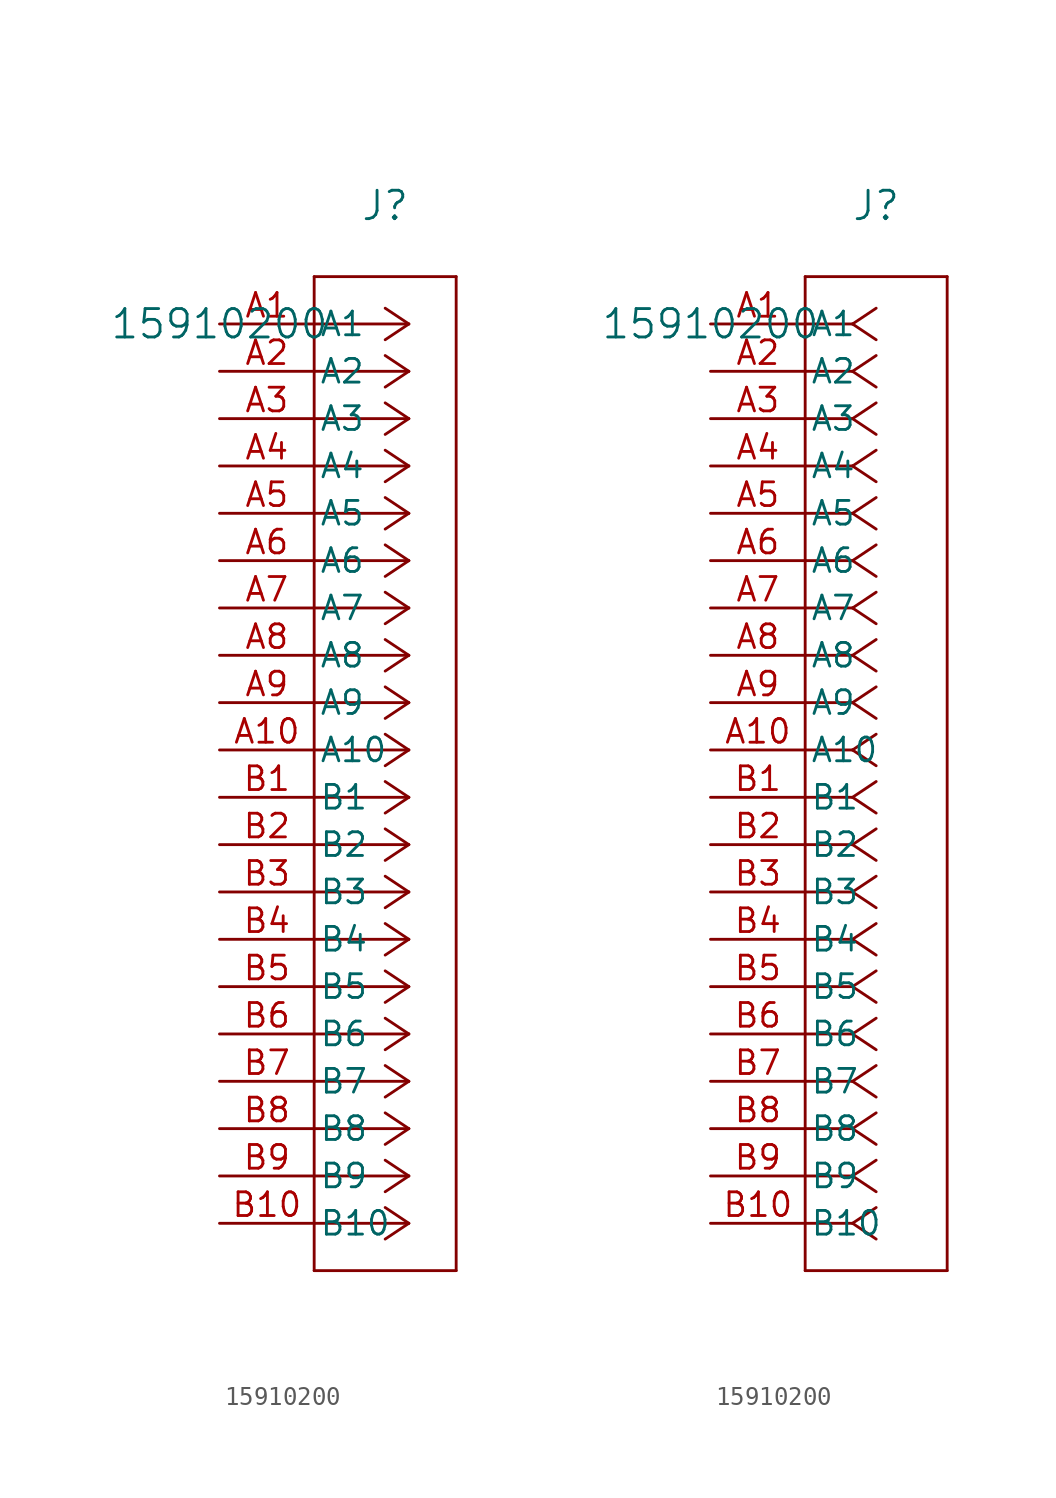
<source format=kicad_sym>
(kicad_symbol_lib
  (version 20211014)
  (generator kicad_symbol_editor)
  (symbol "15910200"
    (pin_names
      (offset 0.254))
    (property "Reference" "J"
      (at 8.89 6.35 0)
      (effects (font (size 1.524 1.524))))
    (property "Value" "15910200"
      (at 0 0 0)
      (effects (font (size 1.524 1.524))))
    (symbol "15910200_1_1"
      (polyline (pts (xy 10.16 0) (xy 5.08 0)) (stroke (width 0) (type default) (color 0 0 0 0)) (fill (type none)))
      (polyline (pts (xy 10.16 -2.54) (xy 5.08 -2.54)) (stroke (width 0) (type default) (color 0 0 0 0)) (fill (type none)))
      (polyline (pts (xy 10.16 -5.08) (xy 5.08 -5.08)) (stroke (width 0) (type default) (color 0 0 0 0)) (fill (type none)))
      (polyline (pts (xy 10.16 -7.62) (xy 5.08 -7.62)) (stroke (width 0) (type default) (color 0 0 0 0)) (fill (type none)))
      (polyline (pts (xy 10.16 -10.16) (xy 5.08 -10.16)) (stroke (width 0) (type default) (color 0 0 0 0)) (fill (type none)))
      (polyline (pts (xy 10.16 -12.7) (xy 5.08 -12.7)) (stroke (width 0) (type default) (color 0 0 0 0)) (fill (type none)))
      (polyline (pts (xy 10.16 -15.24) (xy 5.08 -15.24)) (stroke (width 0) (type default) (color 0 0 0 0)) (fill (type none)))
      (polyline (pts (xy 10.16 -17.78) (xy 5.08 -17.78)) (stroke (width 0) (type default) (color 0 0 0 0)) (fill (type none)))
      (polyline (pts (xy 10.16 -20.32) (xy 5.08 -20.32)) (stroke (width 0) (type default) (color 0 0 0 0)) (fill (type none)))
      (polyline (pts (xy 10.16 -22.86) (xy 5.08 -22.86)) (stroke (width 0) (type default) (color 0 0 0 0)) (fill (type none)))
      (polyline (pts (xy 10.16 -25.4) (xy 5.08 -25.4)) (stroke (width 0) (type default) (color 0 0 0 0)) (fill (type none)))
      (polyline (pts (xy 10.16 -27.94) (xy 5.08 -27.94)) (stroke (width 0) (type default) (color 0 0 0 0)) (fill (type none)))
      (polyline (pts (xy 10.16 -30.48) (xy 5.08 -30.48)) (stroke (width 0) (type default) (color 0 0 0 0)) (fill (type none)))
      (polyline (pts (xy 10.16 -33.02) (xy 5.08 -33.02)) (stroke (width 0) (type default) (color 0 0 0 0)) (fill (type none)))
      (polyline (pts (xy 10.16 -35.56) (xy 5.08 -35.56)) (stroke (width 0) (type default) (color 0 0 0 0)) (fill (type none)))
      (polyline (pts (xy 10.16 -38.1) (xy 5.08 -38.1)) (stroke (width 0) (type default) (color 0 0 0 0)) (fill (type none)))
      (polyline (pts (xy 10.16 -40.64) (xy 5.08 -40.64)) (stroke (width 0) (type default) (color 0 0 0 0)) (fill (type none)))
      (polyline (pts (xy 10.16 -43.18) (xy 5.08 -43.18)) (stroke (width 0) (type default) (color 0 0 0 0)) (fill (type none)))
      (polyline (pts (xy 10.16 -45.72) (xy 5.08 -45.72)) (stroke (width 0) (type default) (color 0 0 0 0)) (fill (type none)))
      (polyline (pts (xy 10.16 -48.26) (xy 5.08 -48.26)) (stroke (width 0) (type default) (color 0 0 0 0)) (fill (type none)))
      (polyline (pts (xy 10.16 0) (xy 8.89 0.847)) (stroke (width 0) (type default) (color 0 0 0 0)) (fill (type none)))
      (polyline (pts (xy 10.16 -2.54) (xy 8.89 -1.693)) (stroke (width 0) (type default) (color 0 0 0 0)) (fill (type none)))
      (polyline (pts (xy 10.16 -5.08) (xy 8.89 -4.233)) (stroke (width 0) (type default) (color 0 0 0 0)) (fill (type none)))
      (polyline (pts (xy 10.16 -7.62) (xy 8.89 -6.773)) (stroke (width 0) (type default) (color 0 0 0 0)) (fill (type none)))
      (polyline (pts (xy 10.16 -10.16) (xy 8.89 -9.313)) (stroke (width 0) (type default) (color 0 0 0 0)) (fill (type none)))
      (polyline (pts (xy 10.16 -12.7) (xy 8.89 -11.853)) (stroke (width 0) (type default) (color 0 0 0 0)) (fill (type none)))
      (polyline (pts (xy 10.16 -15.24) (xy 8.89 -14.393)) (stroke (width 0) (type default) (color 0 0 0 0)) (fill (type none)))
      (polyline (pts (xy 10.16 -17.78) (xy 8.89 -16.933)) (stroke (width 0) (type default) (color 0 0 0 0)) (fill (type none)))
      (polyline (pts (xy 10.16 -20.32) (xy 8.89 -19.473)) (stroke (width 0) (type default) (color 0 0 0 0)) (fill (type none)))
      (polyline (pts (xy 10.16 -22.86) (xy 8.89 -22.013)) (stroke (width 0) (type default) (color 0 0 0 0)) (fill (type none)))
      (polyline (pts (xy 10.16 -25.4) (xy 8.89 -24.553)) (stroke (width 0) (type default) (color 0 0 0 0)) (fill (type none)))
      (polyline (pts (xy 10.16 -27.94) (xy 8.89 -27.093)) (stroke (width 0) (type default) (color 0 0 0 0)) (fill (type none)))
      (polyline (pts (xy 10.16 -30.48) (xy 8.89 -29.633)) (stroke (width 0) (type default) (color 0 0 0 0)) (fill (type none)))
      (polyline (pts (xy 10.16 -33.02) (xy 8.89 -32.173)) (stroke (width 0) (type default) (color 0 0 0 0)) (fill (type none)))
      (polyline (pts (xy 10.16 -35.56) (xy 8.89 -34.713)) (stroke (width 0) (type default) (color 0 0 0 0)) (fill (type none)))
      (polyline (pts (xy 10.16 -38.1) (xy 8.89 -37.253)) (stroke (width 0) (type default) (color 0 0 0 0)) (fill (type none)))
      (polyline (pts (xy 10.16 -40.64) (xy 8.89 -39.793)) (stroke (width 0) (type default) (color 0 0 0 0)) (fill (type none)))
      (polyline (pts (xy 10.16 -43.18) (xy 8.89 -42.333)) (stroke (width 0) (type default) (color 0 0 0 0)) (fill (type none)))
      (polyline (pts (xy 10.16 -45.72) (xy 8.89 -44.873)) (stroke (width 0) (type default) (color 0 0 0 0)) (fill (type none)))
      (polyline (pts (xy 10.16 -48.26) (xy 8.89 -47.413)) (stroke (width 0) (type default) (color 0 0 0 0)) (fill (type none)))
      (polyline (pts (xy 10.16 0) (xy 8.89 -0.847)) (stroke (width 0) (type default) (color 0 0 0 0)) (fill (type none)))
      (polyline (pts (xy 10.16 -2.54) (xy 8.89 -3.387)) (stroke (width 0) (type default) (color 0 0 0 0)) (fill (type none)))
      (polyline (pts (xy 10.16 -5.08) (xy 8.89 -5.927)) (stroke (width 0) (type default) (color 0 0 0 0)) (fill (type none)))
      (polyline (pts (xy 10.16 -7.62) (xy 8.89 -8.467)) (stroke (width 0) (type default) (color 0 0 0 0)) (fill (type none)))
      (polyline (pts (xy 10.16 -10.16) (xy 8.89 -11.007)) (stroke (width 0) (type default) (color 0 0 0 0)) (fill (type none)))
      (polyline (pts (xy 10.16 -12.7) (xy 8.89 -13.547)) (stroke (width 0) (type default) (color 0 0 0 0)) (fill (type none)))
      (polyline (pts (xy 10.16 -15.24) (xy 8.89 -16.087)) (stroke (width 0) (type default) (color 0 0 0 0)) (fill (type none)))
      (polyline (pts (xy 10.16 -17.78) (xy 8.89 -18.627)) (stroke (width 0) (type default) (color 0 0 0 0)) (fill (type none)))
      (polyline (pts (xy 10.16 -20.32) (xy 8.89 -21.167)) (stroke (width 0) (type default) (color 0 0 0 0)) (fill (type none)))
      (polyline (pts (xy 10.16 -22.86) (xy 8.89 -23.707)) (stroke (width 0) (type default) (color 0 0 0 0)) (fill (type none)))
      (polyline (pts (xy 10.16 -25.4) (xy 8.89 -26.247)) (stroke (width 0) (type default) (color 0 0 0 0)) (fill (type none)))
      (polyline (pts (xy 10.16 -27.94) (xy 8.89 -28.787)) (stroke (width 0) (type default) (color 0 0 0 0)) (fill (type none)))
      (polyline (pts (xy 10.16 -30.48) (xy 8.89 -31.327)) (stroke (width 0) (type default) (color 0 0 0 0)) (fill (type none)))
      (polyline (pts (xy 10.16 -33.02) (xy 8.89 -33.867)) (stroke (width 0) (type default) (color 0 0 0 0)) (fill (type none)))
      (polyline (pts (xy 10.16 -35.56) (xy 8.89 -36.407)) (stroke (width 0) (type default) (color 0 0 0 0)) (fill (type none)))
      (polyline (pts (xy 10.16 -38.1) (xy 8.89 -38.947)) (stroke (width 0) (type default) (color 0 0 0 0)) (fill (type none)))
      (polyline (pts (xy 10.16 -40.64) (xy 8.89 -41.487)) (stroke (width 0) (type default) (color 0 0 0 0)) (fill (type none)))
      (polyline (pts (xy 10.16 -43.18) (xy 8.89 -44.027)) (stroke (width 0) (type default) (color 0 0 0 0)) (fill (type none)))
      (polyline (pts (xy 10.16 -45.72) (xy 8.89 -46.567)) (stroke (width 0) (type default) (color 0 0 0 0)) (fill (type none)))
      (polyline (pts (xy 10.16 -48.26) (xy 8.89 -49.107)) (stroke (width 0) (type default) (color 0 0 0 0)) (fill (type none)))
      (polyline (pts (xy 5.08 2.54) (xy 5.08 -50.8)) (stroke (width 0) (type default) (color 0 0 0 0)) (fill (type none)))
      (polyline (pts (xy 5.08 -50.8) (xy 12.7 -50.8)) (stroke (width 0) (type default) (color 0 0 0 0)) (fill (type none)))
      (polyline (pts (xy 12.7 -50.8) (xy 12.7 2.54)) (stroke (width 0) (type default) (color 0 0 0 0)) (fill (type none)))
      (polyline (pts (xy 12.7 2.54) (xy 5.08 2.54)) (stroke (width 0) (type default) (color 0 0 0 0)) (fill (type none)))
      (pin unspecified line (at 0 0 0) (length 5.08) (name "A1" (effects (font (size 1.27 1.27)))) (number "A1" (effects (font (size 1.27 1.27)))))
      (pin unspecified line (at 0 -2.54 0) (length 5.08) (name "A2" (effects (font (size 1.27 1.27)))) (number "A2" (effects (font (size 1.27 1.27)))))
      (pin unspecified line (at 0 -5.08 0) (length 5.08) (name "A3" (effects (font (size 1.27 1.27)))) (number "A3" (effects (font (size 1.27 1.27)))))
      (pin unspecified line (at 0 -7.62 0) (length 5.08) (name "A4" (effects (font (size 1.27 1.27)))) (number "A4" (effects (font (size 1.27 1.27)))))
      (pin unspecified line (at 0 -10.16 0) (length 5.08) (name "A5" (effects (font (size 1.27 1.27)))) (number "A5" (effects (font (size 1.27 1.27)))))
      (pin unspecified line (at 0 -12.7 0) (length 5.08) (name "A6" (effects (font (size 1.27 1.27)))) (number "A6" (effects (font (size 1.27 1.27)))))
      (pin unspecified line (at 0 -15.24 0) (length 5.08) (name "A7" (effects (font (size 1.27 1.27)))) (number "A7" (effects (font (size 1.27 1.27)))))
      (pin unspecified line (at 0 -17.78 0) (length 5.08) (name "A8" (effects (font (size 1.27 1.27)))) (number "A8" (effects (font (size 1.27 1.27)))))
      (pin unspecified line (at 0 -20.32 0) (length 5.08) (name "A9" (effects (font (size 1.27 1.27)))) (number "A9" (effects (font (size 1.27 1.27)))))
      (pin unspecified line (at 0 -22.86 0) (length 5.08) (name "A10" (effects (font (size 1.27 1.27)))) (number "A10" (effects (font (size 1.27 1.27)))))
      (pin unspecified line (at 0 -25.4 0) (length 5.08) (name "B1" (effects (font (size 1.27 1.27)))) (number "B1" (effects (font (size 1.27 1.27)))))
      (pin unspecified line (at 0 -27.94 0) (length 5.08) (name "B2" (effects (font (size 1.27 1.27)))) (number "B2" (effects (font (size 1.27 1.27)))))
      (pin unspecified line (at 0 -30.48 0) (length 5.08) (name "B3" (effects (font (size 1.27 1.27)))) (number "B3" (effects (font (size 1.27 1.27)))))
      (pin unspecified line (at 0 -33.02 0) (length 5.08) (name "B4" (effects (font (size 1.27 1.27)))) (number "B4" (effects (font (size 1.27 1.27)))))
      (pin unspecified line (at 0 -35.56 0) (length 5.08) (name "B5" (effects (font (size 1.27 1.27)))) (number "B5" (effects (font (size 1.27 1.27)))))
      (pin unspecified line (at 0 -38.1 0) (length 5.08) (name "B6" (effects (font (size 1.27 1.27)))) (number "B6" (effects (font (size 1.27 1.27)))))
      (pin unspecified line (at 0 -40.64 0) (length 5.08) (name "B7" (effects (font (size 1.27 1.27)))) (number "B7" (effects (font (size 1.27 1.27)))))
      (pin unspecified line (at 0 -43.18 0) (length 5.08) (name "B8" (effects (font (size 1.27 1.27)))) (number "B8" (effects (font (size 1.27 1.27)))))
      (pin unspecified line (at 0 -45.72 0) (length 5.08) (name "B9" (effects (font (size 1.27 1.27)))) (number "B9" (effects (font (size 1.27 1.27)))))
      (pin unspecified line (at 0 -48.26 0) (length 5.08) (name "B10" (effects (font (size 1.27 1.27)))) (number "B10" (effects (font (size 1.27 1.27))))))
    (symbol "15910200_1_2"
      (polyline (pts (xy 7.62 0) (xy 5.08 0)) (stroke (width 0) (type default) (color 0 0 0 0)) (fill (type none)))
      (polyline (pts (xy 7.62 -2.54) (xy 5.08 -2.54)) (stroke (width 0) (type default) (color 0 0 0 0)) (fill (type none)))
      (polyline (pts (xy 7.62 -5.08) (xy 5.08 -5.08)) (stroke (width 0) (type default) (color 0 0 0 0)) (fill (type none)))
      (polyline (pts (xy 7.62 -7.62) (xy 5.08 -7.62)) (stroke (width 0) (type default) (color 0 0 0 0)) (fill (type none)))
      (polyline (pts (xy 7.62 -10.16) (xy 5.08 -10.16)) (stroke (width 0) (type default) (color 0 0 0 0)) (fill (type none)))
      (polyline (pts (xy 7.62 -12.7) (xy 5.08 -12.7)) (stroke (width 0) (type default) (color 0 0 0 0)) (fill (type none)))
      (polyline (pts (xy 7.62 -15.24) (xy 5.08 -15.24)) (stroke (width 0) (type default) (color 0 0 0 0)) (fill (type none)))
      (polyline (pts (xy 7.62 -17.78) (xy 5.08 -17.78)) (stroke (width 0) (type default) (color 0 0 0 0)) (fill (type none)))
      (polyline (pts (xy 7.62 -20.32) (xy 5.08 -20.32)) (stroke (width 0) (type default) (color 0 0 0 0)) (fill (type none)))
      (polyline (pts (xy 7.62 -22.86) (xy 5.08 -22.86)) (stroke (width 0) (type default) (color 0 0 0 0)) (fill (type none)))
      (polyline (pts (xy 7.62 -25.4) (xy 5.08 -25.4)) (stroke (width 0) (type default) (color 0 0 0 0)) (fill (type none)))
      (polyline (pts (xy 7.62 -27.94) (xy 5.08 -27.94)) (stroke (width 0) (type default) (color 0 0 0 0)) (fill (type none)))
      (polyline (pts (xy 7.62 -30.48) (xy 5.08 -30.48)) (stroke (width 0) (type default) (color 0 0 0 0)) (fill (type none)))
      (polyline (pts (xy 7.62 -33.02) (xy 5.08 -33.02)) (stroke (width 0) (type default) (color 0 0 0 0)) (fill (type none)))
      (polyline (pts (xy 7.62 -35.56) (xy 5.08 -35.56)) (stroke (width 0) (type default) (color 0 0 0 0)) (fill (type none)))
      (polyline (pts (xy 7.62 -38.1) (xy 5.08 -38.1)) (stroke (width 0) (type default) (color 0 0 0 0)) (fill (type none)))
      (polyline (pts (xy 7.62 -40.64) (xy 5.08 -40.64)) (stroke (width 0) (type default) (color 0 0 0 0)) (fill (type none)))
      (polyline (pts (xy 7.62 -43.18) (xy 5.08 -43.18)) (stroke (width 0) (type default) (color 0 0 0 0)) (fill (type none)))
      (polyline (pts (xy 7.62 -45.72) (xy 5.08 -45.72)) (stroke (width 0) (type default) (color 0 0 0 0)) (fill (type none)))
      (polyline (pts (xy 7.62 -48.26) (xy 5.08 -48.26)) (stroke (width 0) (type default) (color 0 0 0 0)) (fill (type none)))
      (polyline (pts (xy 7.62 0) (xy 8.89 0.847)) (stroke (width 0) (type default) (color 0 0 0 0)) (fill (type none)))
      (polyline (pts (xy 7.62 -2.54) (xy 8.89 -1.693)) (stroke (width 0) (type default) (color 0 0 0 0)) (fill (type none)))
      (polyline (pts (xy 7.62 -5.08) (xy 8.89 -4.233)) (stroke (width 0) (type default) (color 0 0 0 0)) (fill (type none)))
      (polyline (pts (xy 7.62 -7.62) (xy 8.89 -6.773)) (stroke (width 0) (type default) (color 0 0 0 0)) (fill (type none)))
      (polyline (pts (xy 7.62 -10.16) (xy 8.89 -9.313)) (stroke (width 0) (type default) (color 0 0 0 0)) (fill (type none)))
      (polyline (pts (xy 7.62 -12.7) (xy 8.89 -11.853)) (stroke (width 0) (type default) (color 0 0 0 0)) (fill (type none)))
      (polyline (pts (xy 7.62 -15.24) (xy 8.89 -14.393)) (stroke (width 0) (type default) (color 0 0 0 0)) (fill (type none)))
      (polyline (pts (xy 7.62 -17.78) (xy 8.89 -16.933)) (stroke (width 0) (type default) (color 0 0 0 0)) (fill (type none)))
      (polyline (pts (xy 7.62 -20.32) (xy 8.89 -19.473)) (stroke (width 0) (type default) (color 0 0 0 0)) (fill (type none)))
      (polyline (pts (xy 7.62 -22.86) (xy 8.89 -22.013)) (stroke (width 0) (type default) (color 0 0 0 0)) (fill (type none)))
      (polyline (pts (xy 7.62 -25.4) (xy 8.89 -24.553)) (stroke (width 0) (type default) (color 0 0 0 0)) (fill (type none)))
      (polyline (pts (xy 7.62 -27.94) (xy 8.89 -27.093)) (stroke (width 0) (type default) (color 0 0 0 0)) (fill (type none)))
      (polyline (pts (xy 7.62 -30.48) (xy 8.89 -29.633)) (stroke (width 0) (type default) (color 0 0 0 0)) (fill (type none)))
      (polyline (pts (xy 7.62 -33.02) (xy 8.89 -32.173)) (stroke (width 0) (type default) (color 0 0 0 0)) (fill (type none)))
      (polyline (pts (xy 7.62 -35.56) (xy 8.89 -34.713)) (stroke (width 0) (type default) (color 0 0 0 0)) (fill (type none)))
      (polyline (pts (xy 7.62 -38.1) (xy 8.89 -37.253)) (stroke (width 0) (type default) (color 0 0 0 0)) (fill (type none)))
      (polyline (pts (xy 7.62 -40.64) (xy 8.89 -39.793)) (stroke (width 0) (type default) (color 0 0 0 0)) (fill (type none)))
      (polyline (pts (xy 7.62 -43.18) (xy 8.89 -42.333)) (stroke (width 0) (type default) (color 0 0 0 0)) (fill (type none)))
      (polyline (pts (xy 7.62 -45.72) (xy 8.89 -44.873)) (stroke (width 0) (type default) (color 0 0 0 0)) (fill (type none)))
      (polyline (pts (xy 7.62 -48.26) (xy 8.89 -47.413)) (stroke (width 0) (type default) (color 0 0 0 0)) (fill (type none)))
      (polyline (pts (xy 7.62 0) (xy 8.89 -0.847)) (stroke (width 0) (type default) (color 0 0 0 0)) (fill (type none)))
      (polyline (pts (xy 7.62 -2.54) (xy 8.89 -3.387)) (stroke (width 0) (type default) (color 0 0 0 0)) (fill (type none)))
      (polyline (pts (xy 7.62 -5.08) (xy 8.89 -5.927)) (stroke (width 0) (type default) (color 0 0 0 0)) (fill (type none)))
      (polyline (pts (xy 7.62 -7.62) (xy 8.89 -8.467)) (stroke (width 0) (type default) (color 0 0 0 0)) (fill (type none)))
      (polyline (pts (xy 7.62 -10.16) (xy 8.89 -11.007)) (stroke (width 0) (type default) (color 0 0 0 0)) (fill (type none)))
      (polyline (pts (xy 7.62 -12.7) (xy 8.89 -13.547)) (stroke (width 0) (type default) (color 0 0 0 0)) (fill (type none)))
      (polyline (pts (xy 7.62 -15.24) (xy 8.89 -16.087)) (stroke (width 0) (type default) (color 0 0 0 0)) (fill (type none)))
      (polyline (pts (xy 7.62 -17.78) (xy 8.89 -18.627)) (stroke (width 0) (type default) (color 0 0 0 0)) (fill (type none)))
      (polyline (pts (xy 7.62 -20.32) (xy 8.89 -21.167)) (stroke (width 0) (type default) (color 0 0 0 0)) (fill (type none)))
      (polyline (pts (xy 7.62 -22.86) (xy 8.89 -23.707)) (stroke (width 0) (type default) (color 0 0 0 0)) (fill (type none)))
      (polyline (pts (xy 7.62 -25.4) (xy 8.89 -26.247)) (stroke (width 0) (type default) (color 0 0 0 0)) (fill (type none)))
      (polyline (pts (xy 7.62 -27.94) (xy 8.89 -28.787)) (stroke (width 0) (type default) (color 0 0 0 0)) (fill (type none)))
      (polyline (pts (xy 7.62 -30.48) (xy 8.89 -31.327)) (stroke (width 0) (type default) (color 0 0 0 0)) (fill (type none)))
      (polyline (pts (xy 7.62 -33.02) (xy 8.89 -33.867)) (stroke (width 0) (type default) (color 0 0 0 0)) (fill (type none)))
      (polyline (pts (xy 7.62 -35.56) (xy 8.89 -36.407)) (stroke (width 0) (type default) (color 0 0 0 0)) (fill (type none)))
      (polyline (pts (xy 7.62 -38.1) (xy 8.89 -38.947)) (stroke (width 0) (type default) (color 0 0 0 0)) (fill (type none)))
      (polyline (pts (xy 7.62 -40.64) (xy 8.89 -41.487)) (stroke (width 0) (type default) (color 0 0 0 0)) (fill (type none)))
      (polyline (pts (xy 7.62 -43.18) (xy 8.89 -44.027)) (stroke (width 0) (type default) (color 0 0 0 0)) (fill (type none)))
      (polyline (pts (xy 7.62 -45.72) (xy 8.89 -46.567)) (stroke (width 0) (type default) (color 0 0 0 0)) (fill (type none)))
      (polyline (pts (xy 7.62 -48.26) (xy 8.89 -49.107)) (stroke (width 0) (type default) (color 0 0 0 0)) (fill (type none)))
      (polyline (pts (xy 5.08 2.54) (xy 5.08 -50.8)) (stroke (width 0) (type default) (color 0 0 0 0)) (fill (type none)))
      (polyline (pts (xy 5.08 -50.8) (xy 12.7 -50.8)) (stroke (width 0) (type default) (color 0 0 0 0)) (fill (type none)))
      (polyline (pts (xy 12.7 -50.8) (xy 12.7 2.54)) (stroke (width 0) (type default) (color 0 0 0 0)) (fill (type none)))
      (polyline (pts (xy 12.7 2.54) (xy 5.08 2.54)) (stroke (width 0) (type default) (color 0 0 0 0)) (fill (type none)))
      (pin unspecified line (at 0 0 0) (length 5.08) (name "A1" (effects (font (size 1.27 1.27)))) (number "A1" (effects (font (size 1.27 1.27)))))
      (pin unspecified line (at 0 -2.54 0) (length 5.08) (name "A2" (effects (font (size 1.27 1.27)))) (number "A2" (effects (font (size 1.27 1.27)))))
      (pin unspecified line (at 0 -5.08 0) (length 5.08) (name "A3" (effects (font (size 1.27 1.27)))) (number "A3" (effects (font (size 1.27 1.27)))))
      (pin unspecified line (at 0 -7.62 0) (length 5.08) (name "A4" (effects (font (size 1.27 1.27)))) (number "A4" (effects (font (size 1.27 1.27)))))
      (pin unspecified line (at 0 -10.16 0) (length 5.08) (name "A5" (effects (font (size 1.27 1.27)))) (number "A5" (effects (font (size 1.27 1.27)))))
      (pin unspecified line (at 0 -12.7 0) (length 5.08) (name "A6" (effects (font (size 1.27 1.27)))) (number "A6" (effects (font (size 1.27 1.27)))))
      (pin unspecified line (at 0 -15.24 0) (length 5.08) (name "A7" (effects (font (size 1.27 1.27)))) (number "A7" (effects (font (size 1.27 1.27)))))
      (pin unspecified line (at 0 -17.78 0) (length 5.08) (name "A8" (effects (font (size 1.27 1.27)))) (number "A8" (effects (font (size 1.27 1.27)))))
      (pin unspecified line (at 0 -20.32 0) (length 5.08) (name "A9" (effects (font (size 1.27 1.27)))) (number "A9" (effects (font (size 1.27 1.27)))))
      (pin unspecified line (at 0 -22.86 0) (length 5.08) (name "A10" (effects (font (size 1.27 1.27)))) (number "A10" (effects (font (size 1.27 1.27)))))
      (pin unspecified line (at 0 -25.4 0) (length 5.08) (name "B1" (effects (font (size 1.27 1.27)))) (number "B1" (effects (font (size 1.27 1.27)))))
      (pin unspecified line (at 0 -27.94 0) (length 5.08) (name "B2" (effects (font (size 1.27 1.27)))) (number "B2" (effects (font (size 1.27 1.27)))))
      (pin unspecified line (at 0 -30.48 0) (length 5.08) (name "B3" (effects (font (size 1.27 1.27)))) (number "B3" (effects (font (size 1.27 1.27)))))
      (pin unspecified line (at 0 -33.02 0) (length 5.08) (name "B4" (effects (font (size 1.27 1.27)))) (number "B4" (effects (font (size 1.27 1.27)))))
      (pin unspecified line (at 0 -35.56 0) (length 5.08) (name "B5" (effects (font (size 1.27 1.27)))) (number "B5" (effects (font (size 1.27 1.27)))))
      (pin unspecified line (at 0 -38.1 0) (length 5.08) (name "B6" (effects (font (size 1.27 1.27)))) (number "B6" (effects (font (size 1.27 1.27)))))
      (pin unspecified line (at 0 -40.64 0) (length 5.08) (name "B7" (effects (font (size 1.27 1.27)))) (number "B7" (effects (font (size 1.27 1.27)))))
      (pin unspecified line (at 0 -43.18 0) (length 5.08) (name "B8" (effects (font (size 1.27 1.27)))) (number "B8" (effects (font (size 1.27 1.27)))))
      (pin unspecified line (at 0 -45.72 0) (length 5.08) (name "B9" (effects (font (size 1.27 1.27)))) (number "B9" (effects (font (size 1.27 1.27)))))
      (pin unspecified line (at 0 -48.26 0) (length 5.08) (name "B10" (effects (font (size 1.27 1.27)))) (number "B10" (effects (font (size 1.27 1.27))))))))
</source>
